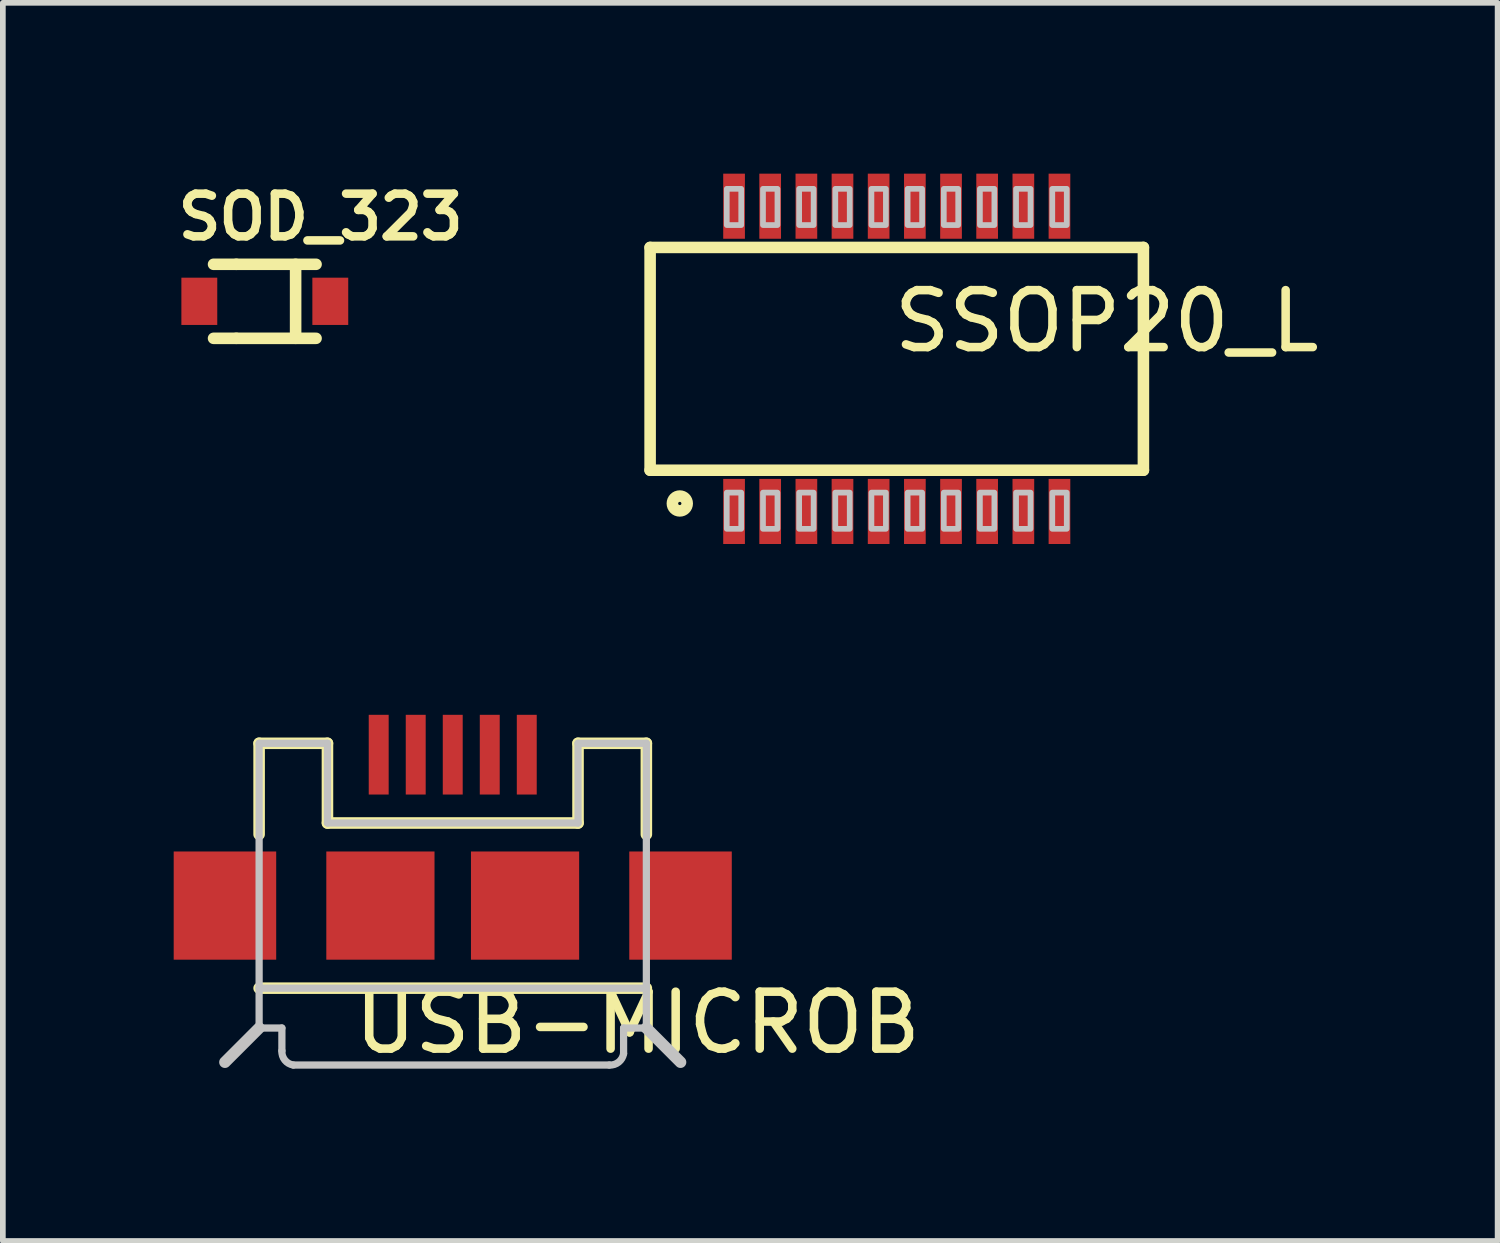
<source format=kicad_pcb>
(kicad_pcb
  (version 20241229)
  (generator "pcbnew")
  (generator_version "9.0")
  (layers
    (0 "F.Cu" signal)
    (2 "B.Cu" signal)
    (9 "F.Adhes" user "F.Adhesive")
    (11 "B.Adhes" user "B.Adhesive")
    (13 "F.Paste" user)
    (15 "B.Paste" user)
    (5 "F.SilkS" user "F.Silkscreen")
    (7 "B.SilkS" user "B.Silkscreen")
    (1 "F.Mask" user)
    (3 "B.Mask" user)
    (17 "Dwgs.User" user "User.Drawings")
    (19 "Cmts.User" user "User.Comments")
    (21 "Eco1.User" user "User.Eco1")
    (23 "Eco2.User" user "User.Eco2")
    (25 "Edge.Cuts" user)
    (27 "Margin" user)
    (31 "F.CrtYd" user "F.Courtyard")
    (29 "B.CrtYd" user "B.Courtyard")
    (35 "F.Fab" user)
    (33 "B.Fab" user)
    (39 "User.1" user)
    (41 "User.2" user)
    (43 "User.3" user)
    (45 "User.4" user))
  (footprint "SSOP20_L"
    (layer "F.Cu")
    (at 12.697 3.251)
    (property "Reference" "SSOP20_L" (at -0.127 -0.076 0) (layer "F.SilkS") (effects (font (size 1 1) (thickness 0.15)) (justify left bottom)))
    (attr through_hole)
    (fp_line (start -4.331 -1.956) (end -4.331 1.956) (stroke (width 0.203) (type solid)) (layer "F.SilkS"))
    (fp_line (start -4.331 1.956) (end 4.331 1.956) (stroke (width 0.203) (type solid)) (layer "F.SilkS"))
    (fp_line (start 4.331 -1.956) (end -4.331 -1.956) (stroke (width 0.203) (type solid)) (layer "F.SilkS"))
    (fp_line (start 4.331 1.956) (end 4.331 -1.956) (stroke (width 0.203) (type solid)) (layer "F.SilkS"))
    (fp_circle (center -3.81 2.54) (end -3.68 2.54) (stroke (width 0.203) (type solid)) (fill no) (layer "F.SilkS"))
    (fp_poly (pts (xy -2.985 -2.349) (xy -2.731 -2.349) (xy -2.731 -2.985) (xy -2.985 -2.985)) (stroke (width 0.1) (type solid)) (fill no) (layer "Dwgs.User"))
    (fp_poly (pts (xy -2.985 2.985) (xy -2.731 2.985) (xy -2.731 2.349) (xy -2.985 2.349)) (stroke (width 0.1) (type solid)) (fill no) (layer "Dwgs.User"))
    (fp_poly (pts (xy -2.349 -2.349) (xy -2.095 -2.349) (xy -2.095 -2.985) (xy -2.349 -2.985)) (stroke (width 0.1) (type solid)) (fill no) (layer "Dwgs.User"))
    (fp_poly (pts (xy -2.349 2.985) (xy -2.095 2.985) (xy -2.095 2.349) (xy -2.349 2.349)) (stroke (width 0.1) (type solid)) (fill no) (layer "Dwgs.User"))
    (fp_poly (pts (xy -1.714 -2.349) (xy -1.46 -2.349) (xy -1.46 -2.985) (xy -1.714 -2.985)) (stroke (width 0.1) (type solid)) (fill no) (layer "Dwgs.User"))
    (fp_poly (pts (xy -1.714 2.985) (xy -1.46 2.985) (xy -1.46 2.349) (xy -1.714 2.349)) (stroke (width 0.1) (type solid)) (fill no) (layer "Dwgs.User"))
    (fp_poly (pts (xy -1.079 -2.349) (xy -0.826 -2.349) (xy -0.826 -2.985) (xy -1.079 -2.985)) (stroke (width 0.1) (type solid)) (fill no) (layer "Dwgs.User"))
    (fp_poly (pts (xy -1.079 2.985) (xy -0.826 2.985) (xy -0.826 2.349) (xy -1.079 2.349)) (stroke (width 0.1) (type solid)) (fill no) (layer "Dwgs.User"))
    (fp_poly (pts (xy -0.445 -2.349) (xy -0.191 -2.349) (xy -0.191 -2.985) (xy -0.445 -2.985)) (stroke (width 0.1) (type solid)) (fill no) (layer "Dwgs.User"))
    (fp_poly (pts (xy -0.445 2.985) (xy -0.191 2.985) (xy -0.191 2.349) (xy -0.445 2.349)) (stroke (width 0.1) (type solid)) (fill no) (layer "Dwgs.User"))
    (fp_poly (pts (xy 0.191 -2.349) (xy 0.445 -2.349) (xy 0.445 -2.985) (xy 0.191 -2.985)) (stroke (width 0.1) (type solid)) (fill no) (layer "Dwgs.User"))
    (fp_poly (pts (xy 0.191 2.985) (xy 0.445 2.985) (xy 0.445 2.349) (xy 0.191 2.349)) (stroke (width 0.1) (type solid)) (fill no) (layer "Dwgs.User"))
    (fp_poly (pts (xy 0.826 -2.349) (xy 1.079 -2.349) (xy 1.079 -2.985) (xy 0.826 -2.985)) (stroke (width 0.1) (type solid)) (fill no) (layer "Dwgs.User"))
    (fp_poly (pts (xy 0.826 2.985) (xy 1.079 2.985) (xy 1.079 2.349) (xy 0.826 2.349)) (stroke (width 0.1) (type solid)) (fill no) (layer "Dwgs.User"))
    (fp_poly (pts (xy 1.46 -2.349) (xy 1.714 -2.349) (xy 1.714 -2.985) (xy 1.46 -2.985)) (stroke (width 0.1) (type solid)) (fill no) (layer "Dwgs.User"))
    (fp_poly (pts (xy 1.46 2.985) (xy 1.714 2.985) (xy 1.714 2.349) (xy 1.46 2.349)) (stroke (width 0.1) (type solid)) (fill no) (layer "Dwgs.User"))
    (fp_poly (pts (xy 2.095 -2.349) (xy 2.349 -2.349) (xy 2.349 -2.985) (xy 2.095 -2.985)) (stroke (width 0.1) (type solid)) (fill no) (layer "Dwgs.User"))
    (fp_poly (pts (xy 2.095 2.985) (xy 2.349 2.985) (xy 2.349 2.349) (xy 2.095 2.349)) (stroke (width 0.1) (type solid)) (fill no) (layer "Dwgs.User"))
    (fp_poly (pts (xy 2.731 -2.349) (xy 2.985 -2.349) (xy 2.985 -2.985) (xy 2.731 -2.985)) (stroke (width 0.1) (type solid)) (fill no) (layer "Dwgs.User"))
    (fp_poly (pts (xy 2.731 2.985) (xy 2.985 2.985) (xy 2.985 2.349) (xy 2.731 2.349)) (stroke (width 0.1) (type solid)) (fill no) (layer "Dwgs.User"))
    (pad "1" smd rect (at -2.857 2.68 180) (size 0.381 1.143) (layers "F.Cu" "F.Mask" "F.Paste"))
    (pad "2" smd rect (at -2.223 2.68 180) (size 0.381 1.143) (layers "F.Cu" "F.Mask" "F.Paste"))
    (pad "3" smd rect (at -1.587 2.68 180) (size 0.381 1.143) (layers "F.Cu" "F.Mask" "F.Paste"))
    (pad "4" smd rect (at -0.953 2.68 180) (size 0.381 1.143) (layers "F.Cu" "F.Mask" "F.Paste"))
    (pad "5" smd rect (at -0.318 2.68 180) (size 0.381 1.143) (layers "F.Cu" "F.Mask" "F.Paste"))
    (pad "6" smd rect (at 0.318 2.68 180) (size 0.381 1.143) (layers "F.Cu" "F.Mask" "F.Paste"))
    (pad "7" smd rect (at 0.953 2.68 180) (size 0.381 1.143) (layers "F.Cu" "F.Mask" "F.Paste"))
    (pad "8" smd rect (at 1.587 2.68 180) (size 0.381 1.143) (layers "F.Cu" "F.Mask" "F.Paste"))
    (pad "9" smd rect (at 2.223 2.68 180) (size 0.381 1.143) (layers "F.Cu" "F.Mask" "F.Paste"))
    (pad "10" smd rect (at 2.857 2.68 180) (size 0.381 1.143) (layers "F.Cu" "F.Mask" "F.Paste"))
    (pad "11" smd rect (at 2.857 -2.68) (size 0.381 1.143) (layers "F.Cu" "F.Mask" "F.Paste"))
    (pad "12" smd rect (at 2.223 -2.68) (size 0.381 1.143) (layers "F.Cu" "F.Mask" "F.Paste"))
    (pad "13" smd rect (at 1.587 -2.68) (size 0.381 1.143) (layers "F.Cu" "F.Mask" "F.Paste"))
    (pad "14" smd rect (at 0.953 -2.68) (size 0.381 1.143) (layers "F.Cu" "F.Mask" "F.Paste"))
    (pad "15" smd rect (at 0.318 -2.68) (size 0.381 1.143) (layers "F.Cu" "F.Mask" "F.Paste"))
    (pad "16" smd rect (at -0.318 -2.68) (size 0.381 1.143) (layers "F.Cu" "F.Mask" "F.Paste"))
    (pad "17" smd rect (at -0.953 -2.68) (size 0.381 1.143) (layers "F.Cu" "F.Mask" "F.Paste"))
    (pad "18" smd rect (at -1.587 -2.68) (size 0.381 1.143) (layers "F.Cu" "F.Mask" "F.Paste"))
    (pad "19" smd rect (at -2.223 -2.68) (size 0.381 1.143) (layers "F.Cu" "F.Mask" "F.Paste"))
    (pad "20" smd rect (at -2.857 -2.68) (size 0.381 1.143) (layers "F.Cu" "F.Mask" "F.Paste")))
  (footprint "SOD_323"
    (layer "F.Cu")
    (at 1.6 2.241)
    (property "Reference" "SOD_323" (at -1.6 -1.041 0) (layer "F.SilkS") (effects (font (size 0.75 0.75) (thickness 0.15)) (justify left bottom)))
    (attr through_hole)
    (fp_line (start -0.9 -0.65) (end -0.5 -0.65) (stroke (width 0.203) (type solid)) (layer "F.SilkS"))
    (fp_line (start -0.9 0.65) (end -0.5 0.65) (stroke (width 0.203) (type solid)) (layer "F.SilkS"))
    (fp_line (start -0.5 -0.65) (end 0.9 -0.65) (stroke (width 0.203) (type solid)) (layer "F.SilkS"))
    (fp_line (start -0.5 0.65) (end 0.9 0.65) (stroke (width 0.203) (type solid)) (layer "F.SilkS"))
    (fp_line (start 0.541 -0.65) (end 0.541 0.65) (stroke (width 0.203) (type solid)) (layer "F.SilkS"))
    (pad "1" smd rect (at 1.15 0) (size 0.63 0.83) (layers "F.Cu" "F.Mask" "F.Paste"))
    (pad "2" smd rect (at -1.15 0) (size 0.63 0.83) (layers "F.Cu" "F.Mask" "F.Paste")))
  (footprint "USB-MICROB"
    (layer "F.Cu")
    (at 4.9 12.852)
    (property "Reference" "USB-MICROB" (at -1.803 2.642 0) (layer "F.SilkS") (effects (font (size 1 1) (thickness 0.15)) (justify left bottom)))
    (attr through_hole)
    (fp_line (start -3.4 -2.85) (end -2.2 -2.85) (stroke (width 0.203) (type solid)) (layer "F.SilkS"))
    (fp_line (start -3.4 -1.25) (end -3.4 -2.85) (stroke (width 0.203) (type solid)) (layer "F.SilkS"))
    (fp_line (start -3.4 1.45) (end 3.4 1.45) (stroke (width 0.203) (type solid)) (layer "F.SilkS"))
    (fp_line (start -2.2 -2.85) (end -2.2 -1.45) (stroke (width 0.203) (type solid)) (layer "F.SilkS"))
    (fp_line (start -2.2 -1.45) (end 2.2 -1.45) (stroke (width 0.203) (type solid)) (layer "F.SilkS"))
    (fp_line (start 2.2 -1.45) (end 2.2 -2.85) (stroke (width 0.203) (type solid)) (layer "F.SilkS"))
    (fp_line (start 3.4 -2.85) (end 2.2 -2.85) (stroke (width 0.203) (type solid)) (layer "F.SilkS"))
    (fp_line (start 3.4 -1.25) (end 3.4 -2.85) (stroke (width 0.203) (type solid)) (layer "F.SilkS"))
    (fp_line (start -3.4 -2.85) (end -2.2 -2.85) (stroke (width 0.127) (type solid)) (layer "Dwgs.User"))
    (fp_line (start -3.4 1.45) (end -3.4 -2.85) (stroke (width 0.127) (type solid)) (layer "Dwgs.User"))
    (fp_line (start -3.4 1.45) (end 3.4 1.45) (stroke (width 0.127) (type solid)) (layer "Dwgs.User"))
    (fp_line (start -3.4 2.15) (end -4 2.75) (stroke (width 0.203) (type solid)) (layer "Dwgs.User"))
    (fp_line (start -3.4 2.15) (end -3.4 1.45) (stroke (width 0.127) (type solid)) (layer "Dwgs.User"))
    (fp_line (start -3.4 2.15) (end -3 2.15) (stroke (width 0.127) (type solid)) (layer "Dwgs.User"))
    (fp_line (start -3 2.15) (end -3 2.55) (stroke (width 0.127) (type solid)) (layer "Dwgs.User"))
    (fp_line (start -2.8 2.8) (end 2.75 2.8) (stroke (width 0.127) (type solid)) (layer "Dwgs.User"))
    (fp_line (start -2.2 -1.45) (end -2.2 -2.85) (stroke (width 0.127) (type solid)) (layer "Dwgs.User"))
    (fp_line (start -2.2 -1.45) (end 2.2 -1.45) (stroke (width 0.127) (type solid)) (layer "Dwgs.User"))
    (fp_line (start 2.2 -1.45) (end 2.2 -2.85) (stroke (width 0.127) (type solid)) (layer "Dwgs.User"))
    (fp_line (start 3 2.15) (end 3.4 2.15) (stroke (width 0.127) (type solid)) (layer "Dwgs.User"))
    (fp_line (start 3 2.6) (end 3 2.15) (stroke (width 0.127) (type solid)) (layer "Dwgs.User"))
    (fp_line (start 3.4 -2.85) (end 2.2 -2.85) (stroke (width 0.127) (type solid)) (layer "Dwgs.User"))
    (fp_line (start 3.4 -2.85) (end 3.4 1.45) (stroke (width 0.127) (type solid)) (layer "Dwgs.User"))
    (fp_line (start 3.4 1.45) (end 3.4 2.15) (stroke (width 0.127) (type solid)) (layer "Dwgs.User"))
    (fp_line (start 3.4 2.15) (end 4 2.75) (stroke (width 0.203) (type solid)) (layer "Dwgs.User"))
    (fp_arc (start -2.799998 2.8) (mid -2.948325 2.713661) (end -3 2.55) (stroke (width 0.127) (type solid)) (layer "Dwgs.User"))
    (fp_arc (start 3 2.599998) (mid 2.913661 2.748325) (end 2.75 2.8) (stroke (width 0.127) (type solid)) (layer "Dwgs.User"))
    (pad "1" smd rect (at -1.3 -2.65 90) (size 1.4 0.35) (layers "F.Cu" "F.Mask" "F.Paste"))
    (pad "2" smd rect (at -0.65 -2.65 90) (size 1.4 0.35) (layers "F.Cu" "F.Mask" "F.Paste"))
    (pad "3" smd rect (at 0 -2.65 90) (size 1.4 0.35) (layers "F.Cu" "F.Mask" "F.Paste"))
    (pad "4" smd rect (at 0.65 -2.65 90) (size 1.4 0.35) (layers "F.Cu" "F.Mask" "F.Paste"))
    (pad "5" smd rect (at 1.3 -2.65 90) (size 1.4 0.35) (layers "F.Cu" "F.Mask" "F.Paste"))
    (pad "MT1" smd rect (at -4 0) (size 1.8 1.9) (layers "F.Cu" "F.Mask" "F.Paste"))
    (pad "MT2" smd rect (at 4 0) (size 1.8 1.9) (layers "F.Cu" "F.Mask" "F.Paste"))
    (pad "P$1" smd rect (at -1.27 0) (size 1.9 1.9) (layers "F.Cu" "F.Mask" "F.Paste"))
    (pad "P$2" smd rect (at 1.27 0) (size 1.9 1.9) (layers "F.Cu" "F.Mask" "F.Paste")))
  (gr_rect
    (start -3 -3)
    (end 23.248 18.741)
    (stroke (width 0.1) (type default))
    (fill no)
    (layer "Edge.Cuts")))
</source>
